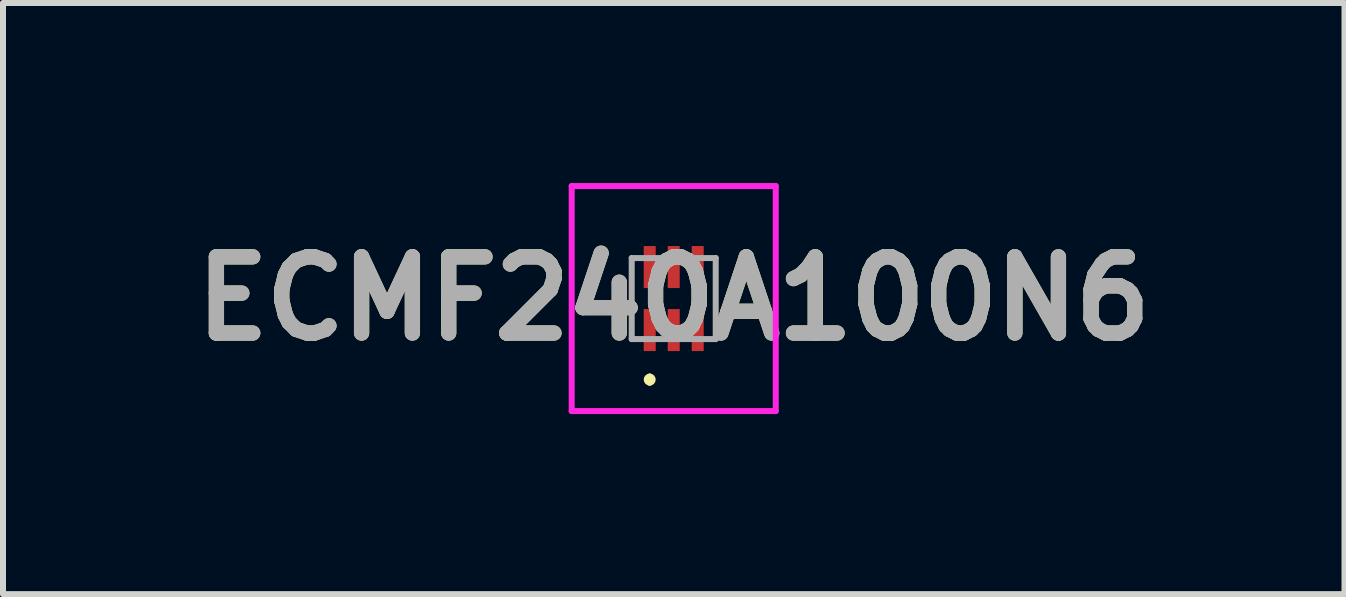
<source format=kicad_pcb>
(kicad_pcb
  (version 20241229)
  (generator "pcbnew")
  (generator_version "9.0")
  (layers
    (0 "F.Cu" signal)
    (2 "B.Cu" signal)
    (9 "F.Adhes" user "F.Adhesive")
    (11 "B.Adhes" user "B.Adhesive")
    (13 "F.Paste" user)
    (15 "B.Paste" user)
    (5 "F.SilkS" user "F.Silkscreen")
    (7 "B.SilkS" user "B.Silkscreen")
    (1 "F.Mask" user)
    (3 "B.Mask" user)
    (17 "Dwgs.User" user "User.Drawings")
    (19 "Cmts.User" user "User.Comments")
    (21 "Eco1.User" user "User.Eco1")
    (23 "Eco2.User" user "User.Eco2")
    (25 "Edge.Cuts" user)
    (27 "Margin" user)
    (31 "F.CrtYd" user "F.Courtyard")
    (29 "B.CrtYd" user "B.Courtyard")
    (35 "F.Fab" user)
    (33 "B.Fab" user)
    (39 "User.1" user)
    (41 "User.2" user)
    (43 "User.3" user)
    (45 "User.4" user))
  (footprint "ECMF240A100N6"
    (layer "F.Cu")
    (at 8.176 1.925)
    (property "Reference" "ECMF240A100N6" (at 0 0 0) (layer "F.SilkS") (effects (font (size 1.27 1.27) (thickness 0.254))))
    (attr smd)
    (fp_line (start -0.4 1.3) (end -0.4 1.3) (stroke (width 0.1) (type solid)) (layer "F.SilkS"))
    (fp_line (start -0.4 1.4) (end -0.4 1.4) (stroke (width 0.1) (type solid)) (layer "F.SilkS"))
    (fp_arc (start -0.4 1.3) (mid -0.35 1.35) (end -0.4 1.4) (stroke (width 0.1) (type solid)) (layer "F.SilkS"))
    (fp_arc (start -0.4 1.4) (mid -0.45 1.35) (end -0.4 1.3) (stroke (width 0.1) (type solid)) (layer "F.SilkS"))
    (fp_line (start -1.7 -1.875) (end 1.7 -1.875) (stroke (width 0.1) (type solid)) (layer "F.CrtYd"))
    (fp_line (start -1.7 1.875) (end -1.7 -1.875) (stroke (width 0.1) (type solid)) (layer "F.CrtYd"))
    (fp_line (start 1.7 -1.875) (end 1.7 1.875) (stroke (width 0.1) (type solid)) (layer "F.CrtYd"))
    (fp_line (start 1.7 1.875) (end -1.7 1.875) (stroke (width 0.1) (type solid)) (layer "F.CrtYd"))
    (fp_line (start -0.7 -0.675) (end 0.7 -0.675) (stroke (width 0.1) (type solid)) (layer "F.Fab"))
    (fp_line (start -0.7 0.675) (end -0.7 -0.675) (stroke (width 0.1) (type solid)) (layer "F.Fab"))
    (fp_line (start 0.7 -0.675) (end 0.7 0.675) (stroke (width 0.1) (type solid)) (layer "F.Fab"))
    (fp_line (start 0.7 0.675) (end -0.7 0.675) (stroke (width 0.1) (type solid)) (layer "F.Fab"))
    (fp_text user "${REFERENCE}" (at 0 0 0) (layer "F.Fab") (effects (font (size 1.27 1.27) (thickness 0.254))))
    (pad "1" smd rect (at -0.4 0.525) (size 0.2 0.7) (layers "F.Cu" "F.Mask" "F.Paste"))
    (pad "2" smd rect (at 0 0.525) (size 0.2 0.7) (layers "F.Cu" "F.Mask" "F.Paste"))
    (pad "3" smd rect (at 0.4 0.525) (size 0.2 0.7) (layers "F.Cu" "F.Mask" "F.Paste"))
    (pad "4" smd rect (at 0.4 -0.525) (size 0.2 0.7) (layers "F.Cu" "F.Mask" "F.Paste"))
    (pad "5" smd rect (at 0 -0.525) (size 0.2 0.7) (layers "F.Cu" "F.Mask" "F.Paste"))
    (pad "6" smd rect (at -0.4 -0.525) (size 0.2 0.7) (layers "F.Cu" "F.Mask" "F.Paste")))
  (gr_rect
    (start -3 -3)
    (end 19.353 6.85)
    (stroke (width 0.1) (type default))
    (fill no)
    (layer "Edge.Cuts")))
</source>
